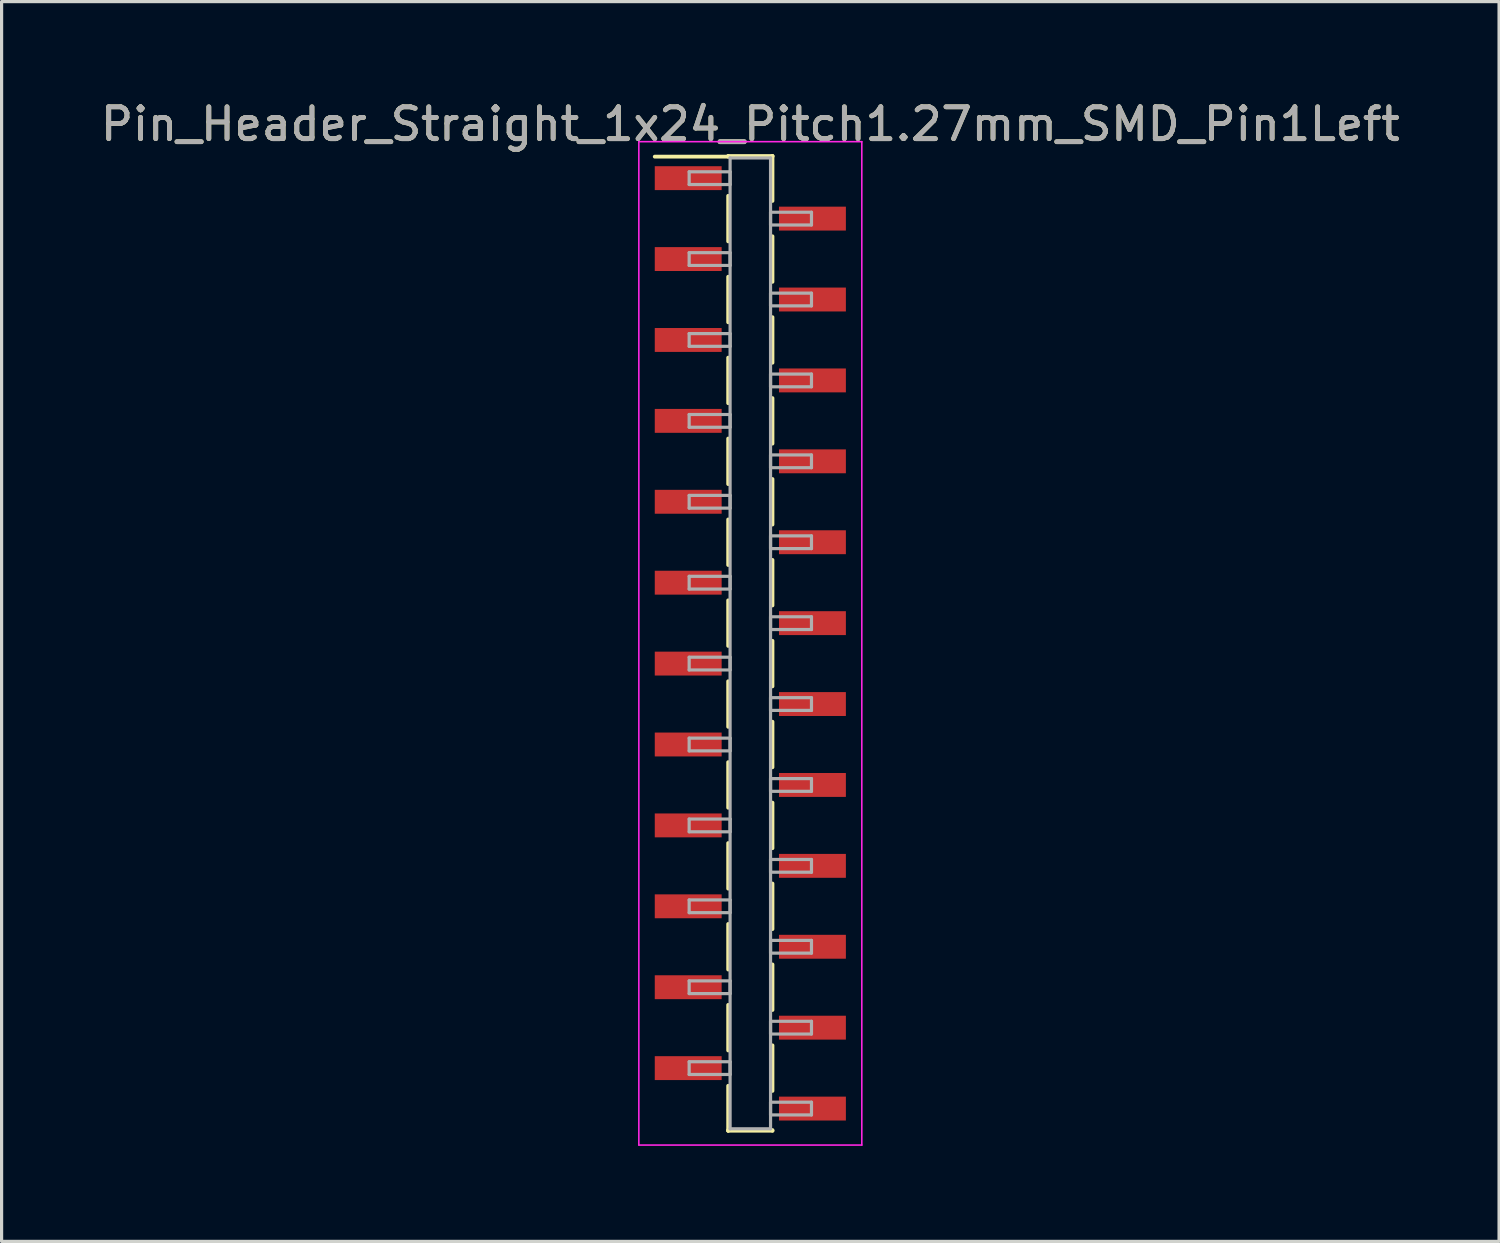
<source format=kicad_pcb>
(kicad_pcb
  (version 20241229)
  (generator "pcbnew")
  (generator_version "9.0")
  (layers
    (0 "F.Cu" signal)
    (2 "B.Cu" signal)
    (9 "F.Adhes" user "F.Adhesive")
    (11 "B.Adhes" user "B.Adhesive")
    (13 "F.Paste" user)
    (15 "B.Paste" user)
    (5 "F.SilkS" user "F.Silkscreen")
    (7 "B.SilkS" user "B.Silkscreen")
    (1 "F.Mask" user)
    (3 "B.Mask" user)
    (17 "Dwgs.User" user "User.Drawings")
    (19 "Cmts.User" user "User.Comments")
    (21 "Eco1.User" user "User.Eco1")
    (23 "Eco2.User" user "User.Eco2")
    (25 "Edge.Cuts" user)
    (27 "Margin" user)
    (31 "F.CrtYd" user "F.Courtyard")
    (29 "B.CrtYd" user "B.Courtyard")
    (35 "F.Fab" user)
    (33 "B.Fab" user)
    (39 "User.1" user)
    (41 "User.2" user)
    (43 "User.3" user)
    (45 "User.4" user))
  (footprint "Pin_Header_Straight_1x24_Pitch1.27mm_SMD_Pin1Left"
    (layer "F.Cu")
    (at 20.506 17.148)
    (property "Reference" "Pin_Header_Straight_1x24_Pitch1.27mm_SMD_Pin1Left" (at 0 -16.3 0) (layer "F.SilkS") (effects (font (size 1 1) (thickness 0.15))))
    (attr smd)
    (fp_line (start -0.695 -15.3) (end 0.695 -15.3) (stroke (width 0.12) (type solid)) (layer "F.SilkS"))
    (fp_line (start -0.695 -15.28) (end -3 -15.28) (stroke (width 0.12) (type solid)) (layer "F.SilkS"))
    (fp_line (start -0.695 -15.28) (end -0.695 -15.3) (stroke (width 0.12) (type solid)) (layer "F.SilkS"))
    (fp_line (start -0.695 -14.05) (end -0.695 -12.62) (stroke (width 0.12) (type solid)) (layer "F.SilkS"))
    (fp_line (start -0.695 -11.51) (end -0.695 -10.08) (stroke (width 0.12) (type solid)) (layer "F.SilkS"))
    (fp_line (start -0.695 -8.97) (end -0.695 -7.54) (stroke (width 0.12) (type solid)) (layer "F.SilkS"))
    (fp_line (start -0.695 -6.43) (end -0.695 -5) (stroke (width 0.12) (type solid)) (layer "F.SilkS"))
    (fp_line (start -0.695 -3.89) (end -0.695 -2.46) (stroke (width 0.12) (type solid)) (layer "F.SilkS"))
    (fp_line (start -0.695 -1.35) (end -0.695 0.08) (stroke (width 0.12) (type solid)) (layer "F.SilkS"))
    (fp_line (start -0.695 1.19) (end -0.695 2.62) (stroke (width 0.12) (type solid)) (layer "F.SilkS"))
    (fp_line (start -0.695 3.73) (end -0.695 5.16) (stroke (width 0.12) (type solid)) (layer "F.SilkS"))
    (fp_line (start -0.695 6.27) (end -0.695 7.7) (stroke (width 0.12) (type solid)) (layer "F.SilkS"))
    (fp_line (start -0.695 8.81) (end -0.695 10.24) (stroke (width 0.12) (type solid)) (layer "F.SilkS"))
    (fp_line (start -0.695 11.35) (end -0.695 12.78) (stroke (width 0.12) (type solid)) (layer "F.SilkS"))
    (fp_line (start -0.695 13.89) (end -0.695 15.3) (stroke (width 0.12) (type solid)) (layer "F.SilkS"))
    (fp_line (start -0.695 15.28) (end -0.695 15.3) (stroke (width 0.12) (type solid)) (layer "F.SilkS"))
    (fp_line (start -0.695 15.3) (end 0.695 15.3) (stroke (width 0.12) (type solid)) (layer "F.SilkS"))
    (fp_line (start 0.695 -15.3) (end 0.695 -15.28) (stroke (width 0.12) (type solid)) (layer "F.SilkS"))
    (fp_line (start 0.695 -15.3) (end 0.695 -13.89) (stroke (width 0.12) (type solid)) (layer "F.SilkS"))
    (fp_line (start 0.695 -12.78) (end 0.695 -11.35) (stroke (width 0.12) (type solid)) (layer "F.SilkS"))
    (fp_line (start 0.695 -10.24) (end 0.695 -8.81) (stroke (width 0.12) (type solid)) (layer "F.SilkS"))
    (fp_line (start 0.695 -7.7) (end 0.695 -6.27) (stroke (width 0.12) (type solid)) (layer "F.SilkS"))
    (fp_line (start 0.695 -5.16) (end 0.695 -3.73) (stroke (width 0.12) (type solid)) (layer "F.SilkS"))
    (fp_line (start 0.695 -2.62) (end 0.695 -1.19) (stroke (width 0.12) (type solid)) (layer "F.SilkS"))
    (fp_line (start 0.695 -0.08) (end 0.695 1.35) (stroke (width 0.12) (type solid)) (layer "F.SilkS"))
    (fp_line (start 0.695 2.46) (end 0.695 3.89) (stroke (width 0.12) (type solid)) (layer "F.SilkS"))
    (fp_line (start 0.695 5) (end 0.695 6.43) (stroke (width 0.12) (type solid)) (layer "F.SilkS"))
    (fp_line (start 0.695 7.54) (end 0.695 8.97) (stroke (width 0.12) (type solid)) (layer "F.SilkS"))
    (fp_line (start 0.695 10.08) (end 0.695 11.51) (stroke (width 0.12) (type solid)) (layer "F.SilkS"))
    (fp_line (start 0.695 12.62) (end 0.695 14.05) (stroke (width 0.12) (type solid)) (layer "F.SilkS"))
    (fp_line (start 0.695 15.3) (end 0.695 15.28) (stroke (width 0.12) (type solid)) (layer "F.SilkS"))
    (fp_line (start -3.5 -15.75) (end -3.5 15.75) (stroke (width 0.05) (type solid)) (layer "F.CrtYd"))
    (fp_line (start -3.5 15.75) (end 3.5 15.75) (stroke (width 0.05) (type solid)) (layer "F.CrtYd"))
    (fp_line (start 3.5 -15.75) (end -3.5 -15.75) (stroke (width 0.05) (type solid)) (layer "F.CrtYd"))
    (fp_line (start 3.5 15.75) (end 3.5 -15.75) (stroke (width 0.05) (type solid)) (layer "F.CrtYd"))
    (fp_line (start -1.92 -14.805) (end -0.635 -14.805) (stroke (width 0.1) (type solid)) (layer "F.Fab"))
    (fp_line (start -1.92 -14.405) (end -1.92 -14.805) (stroke (width 0.1) (type solid)) (layer "F.Fab"))
    (fp_line (start -1.92 -12.265) (end -0.635 -12.265) (stroke (width 0.1) (type solid)) (layer "F.Fab"))
    (fp_line (start -1.92 -11.865) (end -1.92 -12.265) (stroke (width 0.1) (type solid)) (layer "F.Fab"))
    (fp_line (start -1.92 -9.725) (end -0.635 -9.725) (stroke (width 0.1) (type solid)) (layer "F.Fab"))
    (fp_line (start -1.92 -9.325) (end -1.92 -9.725) (stroke (width 0.1) (type solid)) (layer "F.Fab"))
    (fp_line (start -1.92 -7.185) (end -0.635 -7.185) (stroke (width 0.1) (type solid)) (layer "F.Fab"))
    (fp_line (start -1.92 -6.785) (end -1.92 -7.185) (stroke (width 0.1) (type solid)) (layer "F.Fab"))
    (fp_line (start -1.92 -4.645) (end -0.635 -4.645) (stroke (width 0.1) (type solid)) (layer "F.Fab"))
    (fp_line (start -1.92 -4.245) (end -1.92 -4.645) (stroke (width 0.1) (type solid)) (layer "F.Fab"))
    (fp_line (start -1.92 -2.105) (end -0.635 -2.105) (stroke (width 0.1) (type solid)) (layer "F.Fab"))
    (fp_line (start -1.92 -1.705) (end -1.92 -2.105) (stroke (width 0.1) (type solid)) (layer "F.Fab"))
    (fp_line (start -1.92 0.435) (end -0.635 0.435) (stroke (width 0.1) (type solid)) (layer "F.Fab"))
    (fp_line (start -1.92 0.835) (end -1.92 0.435) (stroke (width 0.1) (type solid)) (layer "F.Fab"))
    (fp_line (start -1.92 2.975) (end -0.635 2.975) (stroke (width 0.1) (type solid)) (layer "F.Fab"))
    (fp_line (start -1.92 3.375) (end -1.92 2.975) (stroke (width 0.1) (type solid)) (layer "F.Fab"))
    (fp_line (start -1.92 5.515) (end -0.635 5.515) (stroke (width 0.1) (type solid)) (layer "F.Fab"))
    (fp_line (start -1.92 5.915) (end -1.92 5.515) (stroke (width 0.1) (type solid)) (layer "F.Fab"))
    (fp_line (start -1.92 8.055) (end -0.635 8.055) (stroke (width 0.1) (type solid)) (layer "F.Fab"))
    (fp_line (start -1.92 8.455) (end -1.92 8.055) (stroke (width 0.1) (type solid)) (layer "F.Fab"))
    (fp_line (start -1.92 10.595) (end -0.635 10.595) (stroke (width 0.1) (type solid)) (layer "F.Fab"))
    (fp_line (start -1.92 10.995) (end -1.92 10.595) (stroke (width 0.1) (type solid)) (layer "F.Fab"))
    (fp_line (start -1.92 13.135) (end -0.635 13.135) (stroke (width 0.1) (type solid)) (layer "F.Fab"))
    (fp_line (start -1.92 13.535) (end -1.92 13.135) (stroke (width 0.1) (type solid)) (layer "F.Fab"))
    (fp_line (start -0.635 -15.24) (end -0.635 15.24) (stroke (width 0.1) (type solid)) (layer "F.Fab"))
    (fp_line (start -0.635 -14.805) (end -0.635 -14.405) (stroke (width 0.1) (type solid)) (layer "F.Fab"))
    (fp_line (start -0.635 -14.405) (end -1.92 -14.405) (stroke (width 0.1) (type solid)) (layer "F.Fab"))
    (fp_line (start -0.635 -12.265) (end -0.635 -11.865) (stroke (width 0.1) (type solid)) (layer "F.Fab"))
    (fp_line (start -0.635 -11.865) (end -1.92 -11.865) (stroke (width 0.1) (type solid)) (layer "F.Fab"))
    (fp_line (start -0.635 -9.725) (end -0.635 -9.325) (stroke (width 0.1) (type solid)) (layer "F.Fab"))
    (fp_line (start -0.635 -9.325) (end -1.92 -9.325) (stroke (width 0.1) (type solid)) (layer "F.Fab"))
    (fp_line (start -0.635 -7.185) (end -0.635 -6.785) (stroke (width 0.1) (type solid)) (layer "F.Fab"))
    (fp_line (start -0.635 -6.785) (end -1.92 -6.785) (stroke (width 0.1) (type solid)) (layer "F.Fab"))
    (fp_line (start -0.635 -4.645) (end -0.635 -4.245) (stroke (width 0.1) (type solid)) (layer "F.Fab"))
    (fp_line (start -0.635 -4.245) (end -1.92 -4.245) (stroke (width 0.1) (type solid)) (layer "F.Fab"))
    (fp_line (start -0.635 -2.105) (end -0.635 -1.705) (stroke (width 0.1) (type solid)) (layer "F.Fab"))
    (fp_line (start -0.635 -1.705) (end -1.92 -1.705) (stroke (width 0.1) (type solid)) (layer "F.Fab"))
    (fp_line (start -0.635 0.435) (end -0.635 0.835) (stroke (width 0.1) (type solid)) (layer "F.Fab"))
    (fp_line (start -0.635 0.835) (end -1.92 0.835) (stroke (width 0.1) (type solid)) (layer "F.Fab"))
    (fp_line (start -0.635 2.975) (end -0.635 3.375) (stroke (width 0.1) (type solid)) (layer "F.Fab"))
    (fp_line (start -0.635 3.375) (end -1.92 3.375) (stroke (width 0.1) (type solid)) (layer "F.Fab"))
    (fp_line (start -0.635 5.515) (end -0.635 5.915) (stroke (width 0.1) (type solid)) (layer "F.Fab"))
    (fp_line (start -0.635 5.915) (end -1.92 5.915) (stroke (width 0.1) (type solid)) (layer "F.Fab"))
    (fp_line (start -0.635 8.055) (end -0.635 8.455) (stroke (width 0.1) (type solid)) (layer "F.Fab"))
    (fp_line (start -0.635 8.455) (end -1.92 8.455) (stroke (width 0.1) (type solid)) (layer "F.Fab"))
    (fp_line (start -0.635 10.595) (end -0.635 10.995) (stroke (width 0.1) (type solid)) (layer "F.Fab"))
    (fp_line (start -0.635 10.995) (end -1.92 10.995) (stroke (width 0.1) (type solid)) (layer "F.Fab"))
    (fp_line (start -0.635 13.135) (end -0.635 13.535) (stroke (width 0.1) (type solid)) (layer "F.Fab"))
    (fp_line (start -0.635 13.535) (end -1.92 13.535) (stroke (width 0.1) (type solid)) (layer "F.Fab"))
    (fp_line (start -0.635 15.24) (end 0.635 15.24) (stroke (width 0.1) (type solid)) (layer "F.Fab"))
    (fp_line (start 0.635 -15.24) (end -0.635 -15.24) (stroke (width 0.1) (type solid)) (layer "F.Fab"))
    (fp_line (start 0.635 -13.535) (end 0.635 -13.135) (stroke (width 0.1) (type solid)) (layer "F.Fab"))
    (fp_line (start 0.635 -13.135) (end 1.92 -13.135) (stroke (width 0.1) (type solid)) (layer "F.Fab"))
    (fp_line (start 0.635 -10.995) (end 0.635 -10.595) (stroke (width 0.1) (type solid)) (layer "F.Fab"))
    (fp_line (start 0.635 -10.595) (end 1.92 -10.595) (stroke (width 0.1) (type solid)) (layer "F.Fab"))
    (fp_line (start 0.635 -8.455) (end 0.635 -8.055) (stroke (width 0.1) (type solid)) (layer "F.Fab"))
    (fp_line (start 0.635 -8.055) (end 1.92 -8.055) (stroke (width 0.1) (type solid)) (layer "F.Fab"))
    (fp_line (start 0.635 -5.915) (end 0.635 -5.515) (stroke (width 0.1) (type solid)) (layer "F.Fab"))
    (fp_line (start 0.635 -5.515) (end 1.92 -5.515) (stroke (width 0.1) (type solid)) (layer "F.Fab"))
    (fp_line (start 0.635 -3.375) (end 0.635 -2.975) (stroke (width 0.1) (type solid)) (layer "F.Fab"))
    (fp_line (start 0.635 -2.975) (end 1.92 -2.975) (stroke (width 0.1) (type solid)) (layer "F.Fab"))
    (fp_line (start 0.635 -0.835) (end 0.635 -0.435) (stroke (width 0.1) (type solid)) (layer "F.Fab"))
    (fp_line (start 0.635 -0.435) (end 1.92 -0.435) (stroke (width 0.1) (type solid)) (layer "F.Fab"))
    (fp_line (start 0.635 1.705) (end 0.635 2.105) (stroke (width 0.1) (type solid)) (layer "F.Fab"))
    (fp_line (start 0.635 2.105) (end 1.92 2.105) (stroke (width 0.1) (type solid)) (layer "F.Fab"))
    (fp_line (start 0.635 4.245) (end 0.635 4.645) (stroke (width 0.1) (type solid)) (layer "F.Fab"))
    (fp_line (start 0.635 4.645) (end 1.92 4.645) (stroke (width 0.1) (type solid)) (layer "F.Fab"))
    (fp_line (start 0.635 6.785) (end 0.635 7.185) (stroke (width 0.1) (type solid)) (layer "F.Fab"))
    (fp_line (start 0.635 7.185) (end 1.92 7.185) (stroke (width 0.1) (type solid)) (layer "F.Fab"))
    (fp_line (start 0.635 9.325) (end 0.635 9.725) (stroke (width 0.1) (type solid)) (layer "F.Fab"))
    (fp_line (start 0.635 9.725) (end 1.92 9.725) (stroke (width 0.1) (type solid)) (layer "F.Fab"))
    (fp_line (start 0.635 11.865) (end 0.635 12.265) (stroke (width 0.1) (type solid)) (layer "F.Fab"))
    (fp_line (start 0.635 12.265) (end 1.92 12.265) (stroke (width 0.1) (type solid)) (layer "F.Fab"))
    (fp_line (start 0.635 14.405) (end 0.635 14.805) (stroke (width 0.1) (type solid)) (layer "F.Fab"))
    (fp_line (start 0.635 14.805) (end 1.92 14.805) (stroke (width 0.1) (type solid)) (layer "F.Fab"))
    (fp_line (start 0.635 15.24) (end 0.635 -15.24) (stroke (width 0.1) (type solid)) (layer "F.Fab"))
    (fp_line (start 1.92 -13.535) (end 0.635 -13.535) (stroke (width 0.1) (type solid)) (layer "F.Fab"))
    (fp_line (start 1.92 -13.135) (end 1.92 -13.535) (stroke (width 0.1) (type solid)) (layer "F.Fab"))
    (fp_line (start 1.92 -10.995) (end 0.635 -10.995) (stroke (width 0.1) (type solid)) (layer "F.Fab"))
    (fp_line (start 1.92 -10.595) (end 1.92 -10.995) (stroke (width 0.1) (type solid)) (layer "F.Fab"))
    (fp_line (start 1.92 -8.455) (end 0.635 -8.455) (stroke (width 0.1) (type solid)) (layer "F.Fab"))
    (fp_line (start 1.92 -8.055) (end 1.92 -8.455) (stroke (width 0.1) (type solid)) (layer "F.Fab"))
    (fp_line (start 1.92 -5.915) (end 0.635 -5.915) (stroke (width 0.1) (type solid)) (layer "F.Fab"))
    (fp_line (start 1.92 -5.515) (end 1.92 -5.915) (stroke (width 0.1) (type solid)) (layer "F.Fab"))
    (fp_line (start 1.92 -3.375) (end 0.635 -3.375) (stroke (width 0.1) (type solid)) (layer "F.Fab"))
    (fp_line (start 1.92 -2.975) (end 1.92 -3.375) (stroke (width 0.1) (type solid)) (layer "F.Fab"))
    (fp_line (start 1.92 -0.835) (end 0.635 -0.835) (stroke (width 0.1) (type solid)) (layer "F.Fab"))
    (fp_line (start 1.92 -0.435) (end 1.92 -0.835) (stroke (width 0.1) (type solid)) (layer "F.Fab"))
    (fp_line (start 1.92 1.705) (end 0.635 1.705) (stroke (width 0.1) (type solid)) (layer "F.Fab"))
    (fp_line (start 1.92 2.105) (end 1.92 1.705) (stroke (width 0.1) (type solid)) (layer "F.Fab"))
    (fp_line (start 1.92 4.245) (end 0.635 4.245) (stroke (width 0.1) (type solid)) (layer "F.Fab"))
    (fp_line (start 1.92 4.645) (end 1.92 4.245) (stroke (width 0.1) (type solid)) (layer "F.Fab"))
    (fp_line (start 1.92 6.785) (end 0.635 6.785) (stroke (width 0.1) (type solid)) (layer "F.Fab"))
    (fp_line (start 1.92 7.185) (end 1.92 6.785) (stroke (width 0.1) (type solid)) (layer "F.Fab"))
    (fp_line (start 1.92 9.325) (end 0.635 9.325) (stroke (width 0.1) (type solid)) (layer "F.Fab"))
    (fp_line (start 1.92 9.725) (end 1.92 9.325) (stroke (width 0.1) (type solid)) (layer "F.Fab"))
    (fp_line (start 1.92 11.865) (end 0.635 11.865) (stroke (width 0.1) (type solid)) (layer "F.Fab"))
    (fp_line (start 1.92 12.265) (end 1.92 11.865) (stroke (width 0.1) (type solid)) (layer "F.Fab"))
    (fp_line (start 1.92 14.405) (end 0.635 14.405) (stroke (width 0.1) (type solid)) (layer "F.Fab"))
    (fp_line (start 1.92 14.805) (end 1.92 14.405) (stroke (width 0.1) (type solid)) (layer "F.Fab"))
    (fp_text user "${REFERENCE}" (at 0 -16.3 0) (layer "F.Fab") (effects (font (size 1 1) (thickness 0.15))))
    (pad "1" smd rect (at -1.95 -14.605) (size 2.1 0.75) (layers "F.Cu" "F.Mask" "F.Paste"))
    (pad "2" smd rect (at 1.95 -13.335) (size 2.1 0.75) (layers "F.Cu" "F.Mask" "F.Paste"))
    (pad "3" smd rect (at -1.95 -12.065) (size 2.1 0.75) (layers "F.Cu" "F.Mask" "F.Paste"))
    (pad "4" smd rect (at 1.95 -10.795) (size 2.1 0.75) (layers "F.Cu" "F.Mask" "F.Paste"))
    (pad "5" smd rect (at -1.95 -9.525) (size 2.1 0.75) (layers "F.Cu" "F.Mask" "F.Paste"))
    (pad "6" smd rect (at 1.95 -8.255) (size 2.1 0.75) (layers "F.Cu" "F.Mask" "F.Paste"))
    (pad "7" smd rect (at -1.95 -6.985) (size 2.1 0.75) (layers "F.Cu" "F.Mask" "F.Paste"))
    (pad "8" smd rect (at 1.95 -5.715) (size 2.1 0.75) (layers "F.Cu" "F.Mask" "F.Paste"))
    (pad "9" smd rect (at -1.95 -4.445) (size 2.1 0.75) (layers "F.Cu" "F.Mask" "F.Paste"))
    (pad "10" smd rect (at 1.95 -3.175) (size 2.1 0.75) (layers "F.Cu" "F.Mask" "F.Paste"))
    (pad "11" smd rect (at -1.95 -1.905) (size 2.1 0.75) (layers "F.Cu" "F.Mask" "F.Paste"))
    (pad "12" smd rect (at 1.95 -0.635) (size 2.1 0.75) (layers "F.Cu" "F.Mask" "F.Paste"))
    (pad "13" smd rect (at -1.95 0.635) (size 2.1 0.75) (layers "F.Cu" "F.Mask" "F.Paste"))
    (pad "14" smd rect (at 1.95 1.905) (size 2.1 0.75) (layers "F.Cu" "F.Mask" "F.Paste"))
    (pad "15" smd rect (at -1.95 3.175) (size 2.1 0.75) (layers "F.Cu" "F.Mask" "F.Paste"))
    (pad "16" smd rect (at 1.95 4.445) (size 2.1 0.75) (layers "F.Cu" "F.Mask" "F.Paste"))
    (pad "17" smd rect (at -1.95 5.715) (size 2.1 0.75) (layers "F.Cu" "F.Mask" "F.Paste"))
    (pad "18" smd rect (at 1.95 6.985) (size 2.1 0.75) (layers "F.Cu" "F.Mask" "F.Paste"))
    (pad "19" smd rect (at -1.95 8.255) (size 2.1 0.75) (layers "F.Cu" "F.Mask" "F.Paste"))
    (pad "20" smd rect (at 1.95 9.525) (size 2.1 0.75) (layers "F.Cu" "F.Mask" "F.Paste"))
    (pad "21" smd rect (at -1.95 10.795) (size 2.1 0.75) (layers "F.Cu" "F.Mask" "F.Paste"))
    (pad "22" smd rect (at 1.95 12.065) (size 2.1 0.75) (layers "F.Cu" "F.Mask" "F.Paste"))
    (pad "23" smd rect (at -1.95 13.335) (size 2.1 0.75) (layers "F.Cu" "F.Mask" "F.Paste"))
    (pad "24" smd rect (at 1.95 14.605) (size 2.1 0.75) (layers "F.Cu" "F.Mask" "F.Paste")))
  (gr_rect
    (start -3 -3)
    (end 44.012 35.923)
    (stroke (width 0.1) (type default))
    (fill no)
    (layer "Edge.Cuts")))
</source>
